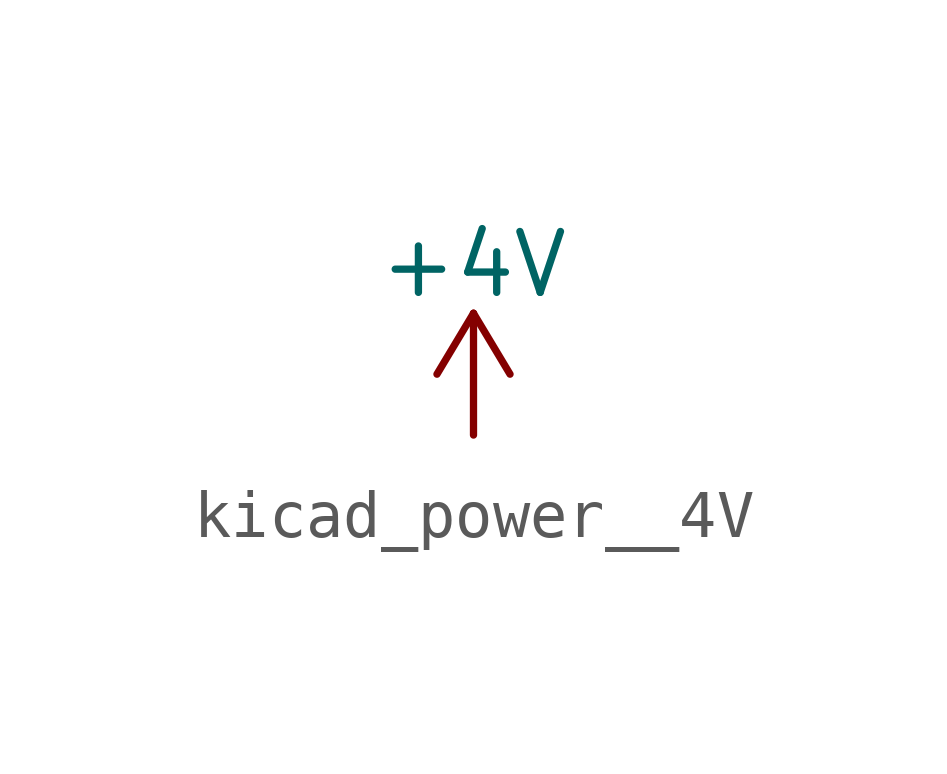
<source format=kicad_sym>
(kicad_symbol_lib
  (version 20220914)
  (generator kicad_symbol_editor)
  (symbol "kicad_power__4V"
    (power)
    (pin_names
      (offset 0))
    (property "Reference" "#PWR"
      (at 0 -3.81 0)
      (effects (font (size 1.27 1.27)) hide))
    (property "Value" "+4V"
      (at 0 3.556 0)
      (effects (font (size 1.27 1.27))))
    (symbol "kicad_power__4V_0_1"
      (polyline (pts (xy -0.762 1.27) (xy 0 2.54)) (stroke (width 0) (type default)) (fill (type none)))
      (polyline (pts (xy 0 0) (xy 0 2.54)) (stroke (width 0) (type default)) (fill (type none)))
      (polyline (pts (xy 0 2.54) (xy 0.762 1.27)) (stroke (width 0) (type default)) (fill (type none))))
    (symbol "kicad_power__4V_1_1"
      (pin power_in line (at 0 0 90) (length 0) hide (name "+4V" (effects (font (size 1.27 1.27)))) (number "1" (effects (font (size 1.27 1.27))))))))
</source>
